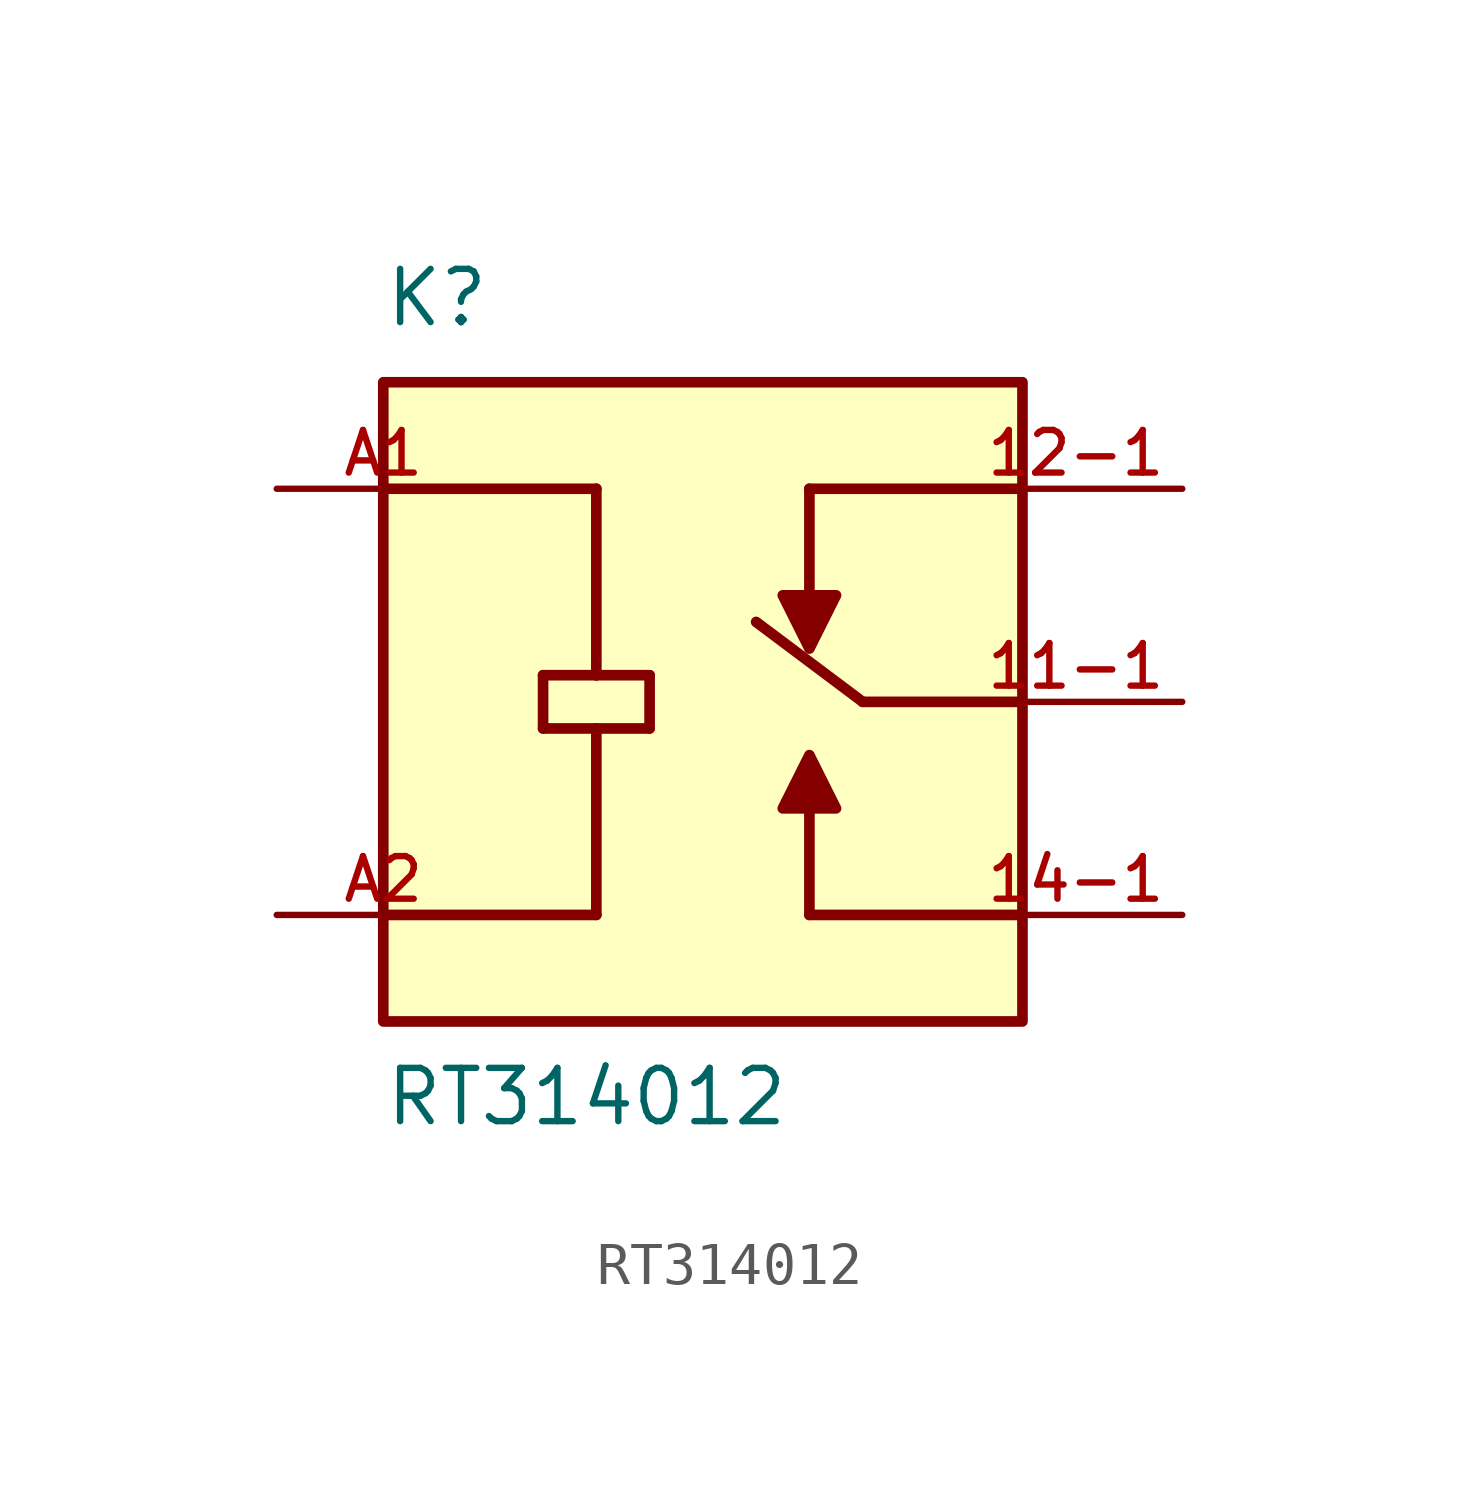
<source format=kicad_sym>
(kicad_symbol_lib
  (version 20241209)
  (generator "kicad_symbol_editor")
  (generator_version "9.0")
  (symbol "RT314012"
    (pin_names
      (offset 1.016))
    (property "Reference" "K"
      (at -7.62 8.89 0)
      (effects (font (size 1.27 1.27)) (justify left bottom)))
    (property "Value" "RT314012"
      (at -7.62 -10.16 0)
      (effects (font (size 1.27 1.27)) (justify left bottom)))
    (symbol "RT314012_0_0"
      (polyline (pts (xy -7.62 5.08) (xy -2.54 5.08)) (stroke (width 0.254) (type default)) (fill (type none)))
      (polyline (pts (xy -7.62 -5.08) (xy -2.54 -5.08)) (stroke (width 0.254) (type default)) (fill (type none)))
      (rectangle (start -7.62 -7.62) (end 7.62 7.62) (stroke (width 0.254) (type default)) (fill (type background)))
      (polyline (pts (xy -3.81 0.635) (xy -2.54 0.635)) (stroke (width 0.254) (type default)) (fill (type none)))
      (polyline (pts (xy -3.81 -0.635) (xy -3.81 0.635)) (stroke (width 0.254) (type default)) (fill (type none)))
      (polyline (pts (xy -2.54 5.08) (xy -2.54 0.635)) (stroke (width 0.254) (type default)) (fill (type none)))
      (polyline (pts (xy -2.54 0.635) (xy -1.27 0.635)) (stroke (width 0.254) (type default)) (fill (type none)))
      (polyline (pts (xy -2.54 -0.635) (xy -3.81 -0.635)) (stroke (width 0.254) (type default)) (fill (type none)))
      (polyline (pts (xy -2.54 -0.635) (xy -2.54 -5.08)) (stroke (width 0.254) (type default)) (fill (type none)))
      (polyline (pts (xy -1.27 0.635) (xy -1.27 -0.635)) (stroke (width 0.254) (type default)) (fill (type none)))
      (polyline (pts (xy -1.27 -0.635) (xy -2.54 -0.635)) (stroke (width 0.254) (type default)) (fill (type none)))
      (polyline (pts (xy 1.905 -2.54) (xy 3.175 -2.54) (xy 2.54 -1.27) (xy 1.905 -2.54)) (stroke (width 0.254) (type default)) (fill (type outline)))
      (polyline (pts (xy 2.54 5.08) (xy 2.54 2.54)) (stroke (width 0.254) (type default)) (fill (type none)))
      (polyline (pts (xy 2.54 5.08) (xy 7.62 5.08)) (stroke (width 0.254) (type default)) (fill (type none)))
      (polyline (pts (xy 2.54 -5.08) (xy 2.54 -2.54)) (stroke (width 0.254) (type default)) (fill (type none)))
      (polyline (pts (xy 3.175 2.54) (xy 1.905 2.54) (xy 2.54 1.27) (xy 3.175 2.54)) (stroke (width 0.254) (type default)) (fill (type outline)))
      (polyline (pts (xy 3.81 0) (xy 1.27 1.905)) (stroke (width 0.254) (type default)) (fill (type none)))
      (polyline (pts (xy 7.62 0) (xy 3.81 0)) (stroke (width 0.254) (type default)) (fill (type none)))
      (polyline (pts (xy 7.62 -5.08) (xy 2.54 -5.08)) (stroke (width 0.254) (type default)) (fill (type none)))
      (pin passive line (at -10.16 5.08 0) (length 5.08) (name "~" (effects (font (size 1.016 1.016)))) (number "A1" (effects (font (size 1.016 1.016)))))
      (pin passive line (at -10.16 -5.08 0) (length 5.08) (name "~" (effects (font (size 1.016 1.016)))) (number "A2" (effects (font (size 1.016 1.016)))))
      (pin passive line (at 11.43 5.08 180) (length 5.08) (name "~" (effects (font (size 1.016 1.016)))) (number "12-1" (effects (font (size 1.016 1.016)))))
      (pin passive line (at 11.43 0 180) (length 5.08) (name "~" (effects (font (size 1.016 1.016)))) (number "11-1" (effects (font (size 1.016 1.016)))))
      (pin passive line (at 11.43 -5.08 180) (length 5.08) (name "~" (effects (font (size 1.016 1.016)))) (number "14-1" (effects (font (size 1.016 1.016))))))))
</source>
